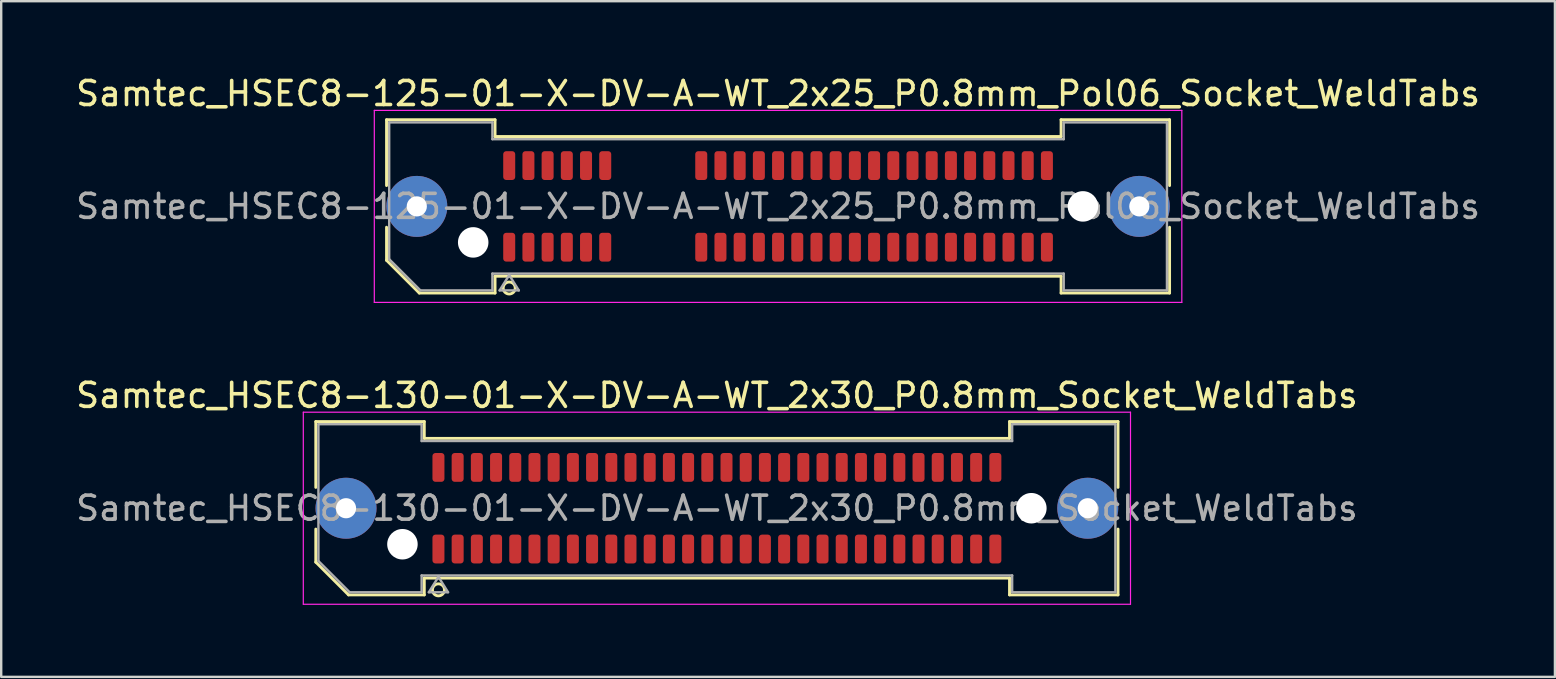
<source format=kicad_pcb>
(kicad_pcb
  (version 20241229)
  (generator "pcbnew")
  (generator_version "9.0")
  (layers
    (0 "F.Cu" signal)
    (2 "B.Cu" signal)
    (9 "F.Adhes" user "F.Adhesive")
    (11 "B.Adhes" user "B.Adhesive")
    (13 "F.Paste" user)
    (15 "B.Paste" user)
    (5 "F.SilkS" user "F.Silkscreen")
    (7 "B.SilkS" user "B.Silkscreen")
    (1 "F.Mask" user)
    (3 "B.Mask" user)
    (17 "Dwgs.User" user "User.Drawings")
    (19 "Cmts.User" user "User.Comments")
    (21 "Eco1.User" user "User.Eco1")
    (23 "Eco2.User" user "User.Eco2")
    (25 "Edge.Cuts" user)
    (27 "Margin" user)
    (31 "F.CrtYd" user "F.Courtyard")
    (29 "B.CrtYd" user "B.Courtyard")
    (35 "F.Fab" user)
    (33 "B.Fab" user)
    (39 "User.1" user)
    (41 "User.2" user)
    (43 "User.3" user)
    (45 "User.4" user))
  (footprint "Samtec_HSEC8-130-01-X-DV-A-WT_2x30_P0.8mm_Socket_WeldTabs"
    (layer "F.Cu")
    (at 26.815 18.122)
    (property "Reference" "Samtec_HSEC8-130-01-X-DV-A-WT_2x30_P0.8mm_Socket_WeldTabs" (at 0 -4.7 0) (layer "F.SilkS") (effects (font (size 1 1) (thickness 0.15))))
    (attr smd)
    (fp_line (start -16.71 -3.61) (end -12.19 -3.61) (stroke (width 0.12) (type solid)) (layer "F.SilkS"))
    (fp_line (start -16.71 -0.868) (end -16.71 -3.61) (stroke (width 0.12) (type solid)) (layer "F.SilkS"))
    (fp_line (start -16.71 2.246) (end -16.71 0.868) (stroke (width 0.12) (type solid)) (layer "F.SilkS"))
    (fp_line (start -15.346 3.61) (end -16.71 2.246) (stroke (width 0.12) (type solid)) (layer "F.SilkS"))
    (fp_line (start -12.19 -3.61) (end -12.19 -2.91) (stroke (width 0.12) (type solid)) (layer "F.SilkS"))
    (fp_line (start -12.19 -2.91) (end 12.19 -2.91) (stroke (width 0.12) (type solid)) (layer "F.SilkS"))
    (fp_line (start -12.19 2.91) (end -12.19 3.61) (stroke (width 0.12) (type solid)) (layer "F.SilkS"))
    (fp_line (start -12.19 3.61) (end -15.346 3.61) (stroke (width 0.12) (type solid)) (layer "F.SilkS"))
    (fp_line (start 12.19 -3.61) (end 16.71 -3.61) (stroke (width 0.12) (type solid)) (layer "F.SilkS"))
    (fp_line (start 12.19 -2.91) (end 12.19 -3.61) (stroke (width 0.12) (type solid)) (layer "F.SilkS"))
    (fp_line (start 12.19 2.91) (end -12.19 2.91) (stroke (width 0.12) (type solid)) (layer "F.SilkS"))
    (fp_line (start 12.19 3.61) (end 12.19 2.91) (stroke (width 0.12) (type solid)) (layer "F.SilkS"))
    (fp_line (start 16.71 -3.61) (end 16.71 -0.868) (stroke (width 0.12) (type solid)) (layer "F.SilkS"))
    (fp_line (start 16.71 0.868) (end 16.71 3.61) (stroke (width 0.12) (type solid)) (layer "F.SilkS"))
    (fp_line (start 16.71 3.61) (end 12.19 3.61) (stroke (width 0.12) (type solid)) (layer "F.SilkS"))
    (fp_arc (start -11.35 3.4) (mid -11.85 3.4) (end -11.35 3.4) (stroke (width 0.12) (type solid)) (layer "F.SilkS"))
    (fp_line (start -17.23 -4) (end -17.23 4) (stroke (width 0.05) (type solid)) (layer "F.CrtYd"))
    (fp_line (start -17.23 4) (end 17.23 4) (stroke (width 0.05) (type solid)) (layer "F.CrtYd"))
    (fp_line (start 17.23 -4) (end -17.23 -4) (stroke (width 0.05) (type solid)) (layer "F.CrtYd"))
    (fp_line (start 17.23 4) (end 17.23 -4) (stroke (width 0.05) (type solid)) (layer "F.CrtYd"))
    (fp_line (start -16.6 -3.5) (end -12.3 -3.5) (stroke (width 0.1) (type solid)) (layer "F.Fab"))
    (fp_line (start -16.6 2.2) (end -16.6 -3.5) (stroke (width 0.1) (type solid)) (layer "F.Fab"))
    (fp_line (start -15.3 3.5) (end -16.6 2.2) (stroke (width 0.1) (type solid)) (layer "F.Fab"))
    (fp_line (start -12.3 -3.5) (end -12.3 -2.8) (stroke (width 0.1) (type solid)) (layer "F.Fab"))
    (fp_line (start -12.3 -2.8) (end 12.3 -2.8) (stroke (width 0.1) (type solid)) (layer "F.Fab"))
    (fp_line (start -12.3 2.8) (end -12.3 3.5) (stroke (width 0.1) (type solid)) (layer "F.Fab"))
    (fp_line (start -12.3 3.5) (end -15.3 3.5) (stroke (width 0.1) (type solid)) (layer "F.Fab"))
    (fp_line (start -12 3.5) (end -11.6 2.86) (stroke (width 0.1) (type solid)) (layer "F.Fab"))
    (fp_line (start -11.6 2.86) (end -11.2 3.5) (stroke (width 0.1) (type solid)) (layer "F.Fab"))
    (fp_line (start -11.2 3.5) (end -12 3.5) (stroke (width 0.1) (type solid)) (layer "F.Fab"))
    (fp_line (start 12.3 -3.5) (end 16.6 -3.5) (stroke (width 0.1) (type solid)) (layer "F.Fab"))
    (fp_line (start 12.3 -2.8) (end 12.3 -3.5) (stroke (width 0.1) (type solid)) (layer "F.Fab"))
    (fp_line (start 12.3 2.8) (end -12.3 2.8) (stroke (width 0.1) (type solid)) (layer "F.Fab"))
    (fp_line (start 12.3 3.5) (end 12.3 2.8) (stroke (width 0.1) (type solid)) (layer "F.Fab"))
    (fp_line (start 16.6 -3.5) (end 16.6 3.5) (stroke (width 0.1) (type solid)) (layer "F.Fab"))
    (fp_line (start 16.6 3.5) (end 12.3 3.5) (stroke (width 0.1) (type solid)) (layer "F.Fab"))
    (fp_text user "${REFERENCE}" (at 0 0 0) (layer "F.Fab") (effects (font (size 1 1) (thickness 0.15))))
    (pad "" thru_hole circle (at -15.45 0) (size 2.54 2.54) (drill 0.84) (layers "*.Cu" "*.Mask" "F.Paste"))
    (pad "" np_thru_hole circle (at -13.1 1.5) (size 1.27 1.27) (drill 1.27) (layers "*.Cu" "*.Mask"))
    (pad "" np_thru_hole circle (at 13.1 0) (size 1.27 1.27) (drill 1.27) (layers "*.Cu" "*.Mask"))
    (pad "" thru_hole circle (at 15.45 0) (size 2.54 2.54) (drill 0.84) (layers "*.Cu" "*.Mask" "F.Paste"))
    (pad "1" smd roundrect (at -11.6 1.7) (size 0.5 1.2) (layers "F.Cu" "F.Mask" "F.Paste") (roundrect_rratio 0.25))
    (pad "2" smd roundrect (at -11.6 -1.7) (size 0.5 1.2) (layers "F.Cu" "F.Mask" "F.Paste") (roundrect_rratio 0.25))
    (pad "3" smd roundrect (at -10.8 1.7) (size 0.5 1.2) (layers "F.Cu" "F.Mask" "F.Paste") (roundrect_rratio 0.25))
    (pad "4" smd roundrect (at -10.8 -1.7) (size 0.5 1.2) (layers "F.Cu" "F.Mask" "F.Paste") (roundrect_rratio 0.25))
    (pad "5" smd roundrect (at -10 1.7) (size 0.5 1.2) (layers "F.Cu" "F.Mask" "F.Paste") (roundrect_rratio 0.25))
    (pad "6" smd roundrect (at -10 -1.7) (size 0.5 1.2) (layers "F.Cu" "F.Mask" "F.Paste") (roundrect_rratio 0.25))
    (pad "7" smd roundrect (at -9.2 1.7) (size 0.5 1.2) (layers "F.Cu" "F.Mask" "F.Paste") (roundrect_rratio 0.25))
    (pad "8" smd roundrect (at -9.2 -1.7) (size 0.5 1.2) (layers "F.Cu" "F.Mask" "F.Paste") (roundrect_rratio 0.25))
    (pad "9" smd roundrect (at -8.4 1.7) (size 0.5 1.2) (layers "F.Cu" "F.Mask" "F.Paste") (roundrect_rratio 0.25))
    (pad "10" smd roundrect (at -8.4 -1.7) (size 0.5 1.2) (layers "F.Cu" "F.Mask" "F.Paste") (roundrect_rratio 0.25))
    (pad "11" smd roundrect (at -7.6 1.7) (size 0.5 1.2) (layers "F.Cu" "F.Mask" "F.Paste") (roundrect_rratio 0.25))
    (pad "12" smd roundrect (at -7.6 -1.7) (size 0.5 1.2) (layers "F.Cu" "F.Mask" "F.Paste") (roundrect_rratio 0.25))
    (pad "13" smd roundrect (at -6.8 1.7) (size 0.5 1.2) (layers "F.Cu" "F.Mask" "F.Paste") (roundrect_rratio 0.25))
    (pad "14" smd roundrect (at -6.8 -1.7) (size 0.5 1.2) (layers "F.Cu" "F.Mask" "F.Paste") (roundrect_rratio 0.25))
    (pad "15" smd roundrect (at -6 1.7) (size 0.5 1.2) (layers "F.Cu" "F.Mask" "F.Paste") (roundrect_rratio 0.25))
    (pad "16" smd roundrect (at -6 -1.7) (size 0.5 1.2) (layers "F.Cu" "F.Mask" "F.Paste") (roundrect_rratio 0.25))
    (pad "17" smd roundrect (at -5.2 1.7) (size 0.5 1.2) (layers "F.Cu" "F.Mask" "F.Paste") (roundrect_rratio 0.25))
    (pad "18" smd roundrect (at -5.2 -1.7) (size 0.5 1.2) (layers "F.Cu" "F.Mask" "F.Paste") (roundrect_rratio 0.25))
    (pad "19" smd roundrect (at -4.4 1.7) (size 0.5 1.2) (layers "F.Cu" "F.Mask" "F.Paste") (roundrect_rratio 0.25))
    (pad "20" smd roundrect (at -4.4 -1.7) (size 0.5 1.2) (layers "F.Cu" "F.Mask" "F.Paste") (roundrect_rratio 0.25))
    (pad "21" smd roundrect (at -3.6 1.7) (size 0.5 1.2) (layers "F.Cu" "F.Mask" "F.Paste") (roundrect_rratio 0.25))
    (pad "22" smd roundrect (at -3.6 -1.7) (size 0.5 1.2) (layers "F.Cu" "F.Mask" "F.Paste") (roundrect_rratio 0.25))
    (pad "23" smd roundrect (at -2.8 1.7) (size 0.5 1.2) (layers "F.Cu" "F.Mask" "F.Paste") (roundrect_rratio 0.25))
    (pad "24" smd roundrect (at -2.8 -1.7) (size 0.5 1.2) (layers "F.Cu" "F.Mask" "F.Paste") (roundrect_rratio 0.25))
    (pad "25" smd roundrect (at -2 1.7) (size 0.5 1.2) (layers "F.Cu" "F.Mask" "F.Paste") (roundrect_rratio 0.25))
    (pad "26" smd roundrect (at -2 -1.7) (size 0.5 1.2) (layers "F.Cu" "F.Mask" "F.Paste") (roundrect_rratio 0.25))
    (pad "27" smd roundrect (at -1.2 1.7) (size 0.5 1.2) (layers "F.Cu" "F.Mask" "F.Paste") (roundrect_rratio 0.25))
    (pad "28" smd roundrect (at -1.2 -1.7) (size 0.5 1.2) (layers "F.Cu" "F.Mask" "F.Paste") (roundrect_rratio 0.25))
    (pad "29" smd roundrect (at -0.4 1.7) (size 0.5 1.2) (layers "F.Cu" "F.Mask" "F.Paste") (roundrect_rratio 0.25))
    (pad "30" smd roundrect (at -0.4 -1.7) (size 0.5 1.2) (layers "F.Cu" "F.Mask" "F.Paste") (roundrect_rratio 0.25))
    (pad "31" smd roundrect (at 0.4 1.7) (size 0.5 1.2) (layers "F.Cu" "F.Mask" "F.Paste") (roundrect_rratio 0.25))
    (pad "32" smd roundrect (at 0.4 -1.7) (size 0.5 1.2) (layers "F.Cu" "F.Mask" "F.Paste") (roundrect_rratio 0.25))
    (pad "33" smd roundrect (at 1.2 1.7) (size 0.5 1.2) (layers "F.Cu" "F.Mask" "F.Paste") (roundrect_rratio 0.25))
    (pad "34" smd roundrect (at 1.2 -1.7) (size 0.5 1.2) (layers "F.Cu" "F.Mask" "F.Paste") (roundrect_rratio 0.25))
    (pad "35" smd roundrect (at 2 1.7) (size 0.5 1.2) (layers "F.Cu" "F.Mask" "F.Paste") (roundrect_rratio 0.25))
    (pad "36" smd roundrect (at 2 -1.7) (size 0.5 1.2) (layers "F.Cu" "F.Mask" "F.Paste") (roundrect_rratio 0.25))
    (pad "37" smd roundrect (at 2.8 1.7) (size 0.5 1.2) (layers "F.Cu" "F.Mask" "F.Paste") (roundrect_rratio 0.25))
    (pad "38" smd roundrect (at 2.8 -1.7) (size 0.5 1.2) (layers "F.Cu" "F.Mask" "F.Paste") (roundrect_rratio 0.25))
    (pad "39" smd roundrect (at 3.6 1.7) (size 0.5 1.2) (layers "F.Cu" "F.Mask" "F.Paste") (roundrect_rratio 0.25))
    (pad "40" smd roundrect (at 3.6 -1.7) (size 0.5 1.2) (layers "F.Cu" "F.Mask" "F.Paste") (roundrect_rratio 0.25))
    (pad "41" smd roundrect (at 4.4 1.7) (size 0.5 1.2) (layers "F.Cu" "F.Mask" "F.Paste") (roundrect_rratio 0.25))
    (pad "42" smd roundrect (at 4.4 -1.7) (size 0.5 1.2) (layers "F.Cu" "F.Mask" "F.Paste") (roundrect_rratio 0.25))
    (pad "43" smd roundrect (at 5.2 1.7) (size 0.5 1.2) (layers "F.Cu" "F.Mask" "F.Paste") (roundrect_rratio 0.25))
    (pad "44" smd roundrect (at 5.2 -1.7) (size 0.5 1.2) (layers "F.Cu" "F.Mask" "F.Paste") (roundrect_rratio 0.25))
    (pad "45" smd roundrect (at 6 1.7) (size 0.5 1.2) (layers "F.Cu" "F.Mask" "F.Paste") (roundrect_rratio 0.25))
    (pad "46" smd roundrect (at 6 -1.7) (size 0.5 1.2) (layers "F.Cu" "F.Mask" "F.Paste") (roundrect_rratio 0.25))
    (pad "47" smd roundrect (at 6.8 1.7) (size 0.5 1.2) (layers "F.Cu" "F.Mask" "F.Paste") (roundrect_rratio 0.25))
    (pad "48" smd roundrect (at 6.8 -1.7) (size 0.5 1.2) (layers "F.Cu" "F.Mask" "F.Paste") (roundrect_rratio 0.25))
    (pad "49" smd roundrect (at 7.6 1.7) (size 0.5 1.2) (layers "F.Cu" "F.Mask" "F.Paste") (roundrect_rratio 0.25))
    (pad "50" smd roundrect (at 7.6 -1.7) (size 0.5 1.2) (layers "F.Cu" "F.Mask" "F.Paste") (roundrect_rratio 0.25))
    (pad "51" smd roundrect (at 8.4 1.7) (size 0.5 1.2) (layers "F.Cu" "F.Mask" "F.Paste") (roundrect_rratio 0.25))
    (pad "52" smd roundrect (at 8.4 -1.7) (size 0.5 1.2) (layers "F.Cu" "F.Mask" "F.Paste") (roundrect_rratio 0.25))
    (pad "53" smd roundrect (at 9.2 1.7) (size 0.5 1.2) (layers "F.Cu" "F.Mask" "F.Paste") (roundrect_rratio 0.25))
    (pad "54" smd roundrect (at 9.2 -1.7) (size 0.5 1.2) (layers "F.Cu" "F.Mask" "F.Paste") (roundrect_rratio 0.25))
    (pad "55" smd roundrect (at 10 1.7) (size 0.5 1.2) (layers "F.Cu" "F.Mask" "F.Paste") (roundrect_rratio 0.25))
    (pad "56" smd roundrect (at 10 -1.7) (size 0.5 1.2) (layers "F.Cu" "F.Mask" "F.Paste") (roundrect_rratio 0.25))
    (pad "57" smd roundrect (at 10.8 1.7) (size 0.5 1.2) (layers "F.Cu" "F.Mask" "F.Paste") (roundrect_rratio 0.25))
    (pad "58" smd roundrect (at 10.8 -1.7) (size 0.5 1.2) (layers "F.Cu" "F.Mask" "F.Paste") (roundrect_rratio 0.25))
    (pad "59" smd roundrect (at 11.6 1.7) (size 0.5 1.2) (layers "F.Cu" "F.Mask" "F.Paste") (roundrect_rratio 0.25))
    (pad "60" smd roundrect (at 11.6 -1.7) (size 0.5 1.2) (layers "F.Cu" "F.Mask" "F.Paste") (roundrect_rratio 0.25)))
  (footprint "Samtec_HSEC8-125-01-X-DV-A-WT_2x25_P0.8mm_Pol06_Socket_WeldTabs"
    (layer "F.Cu")
    (at 29.363 5.548)
    (property "Reference" "Samtec_HSEC8-125-01-X-DV-A-WT_2x25_P0.8mm_Pol06_Socket_WeldTabs" (at 0 -4.7 0) (layer "F.SilkS") (effects (font (size 1 1) (thickness 0.15))))
    (attr smd)
    (fp_line (start -16.31 -3.61) (end -11.79 -3.61) (stroke (width 0.12) (type solid)) (layer "F.SilkS"))
    (fp_line (start -16.31 -0.868) (end -16.31 -3.61) (stroke (width 0.12) (type solid)) (layer "F.SilkS"))
    (fp_line (start -16.31 2.246) (end -16.31 0.868) (stroke (width 0.12) (type solid)) (layer "F.SilkS"))
    (fp_line (start -14.946 3.61) (end -16.31 2.246) (stroke (width 0.12) (type solid)) (layer "F.SilkS"))
    (fp_line (start -11.79 -3.61) (end -11.79 -2.91) (stroke (width 0.12) (type solid)) (layer "F.SilkS"))
    (fp_line (start -11.79 -2.91) (end 11.79 -2.91) (stroke (width 0.12) (type solid)) (layer "F.SilkS"))
    (fp_line (start -11.79 2.91) (end -11.79 3.61) (stroke (width 0.12) (type solid)) (layer "F.SilkS"))
    (fp_line (start -11.79 3.61) (end -14.946 3.61) (stroke (width 0.12) (type solid)) (layer "F.SilkS"))
    (fp_line (start 11.79 -3.61) (end 16.31 -3.61) (stroke (width 0.12) (type solid)) (layer "F.SilkS"))
    (fp_line (start 11.79 -2.91) (end 11.79 -3.61) (stroke (width 0.12) (type solid)) (layer "F.SilkS"))
    (fp_line (start 11.79 2.91) (end -11.79 2.91) (stroke (width 0.12) (type solid)) (layer "F.SilkS"))
    (fp_line (start 11.79 3.61) (end 11.79 2.91) (stroke (width 0.12) (type solid)) (layer "F.SilkS"))
    (fp_line (start 16.31 -3.61) (end 16.31 -0.868) (stroke (width 0.12) (type solid)) (layer "F.SilkS"))
    (fp_line (start 16.31 0.868) (end 16.31 3.61) (stroke (width 0.12) (type solid)) (layer "F.SilkS"))
    (fp_line (start 16.31 3.61) (end 11.79 3.61) (stroke (width 0.12) (type solid)) (layer "F.SilkS"))
    (fp_arc (start -10.95 3.4) (mid -11.45 3.4) (end -10.95 3.4) (stroke (width 0.12) (type solid)) (layer "F.SilkS"))
    (fp_line (start -16.82 -4) (end -16.82 4) (stroke (width 0.05) (type solid)) (layer "F.CrtYd"))
    (fp_line (start -16.82 4) (end 16.82 4) (stroke (width 0.05) (type solid)) (layer "F.CrtYd"))
    (fp_line (start 16.82 -4) (end -16.82 -4) (stroke (width 0.05) (type solid)) (layer "F.CrtYd"))
    (fp_line (start 16.82 4) (end 16.82 -4) (stroke (width 0.05) (type solid)) (layer "F.CrtYd"))
    (fp_line (start -16.2 -3.5) (end -11.9 -3.5) (stroke (width 0.1) (type solid)) (layer "F.Fab"))
    (fp_line (start -16.2 2.2) (end -16.2 -3.5) (stroke (width 0.1) (type solid)) (layer "F.Fab"))
    (fp_line (start -14.9 3.5) (end -16.2 2.2) (stroke (width 0.1) (type solid)) (layer "F.Fab"))
    (fp_line (start -11.9 -3.5) (end -11.9 -2.8) (stroke (width 0.1) (type solid)) (layer "F.Fab"))
    (fp_line (start -11.9 -2.8) (end 11.9 -2.8) (stroke (width 0.1) (type solid)) (layer "F.Fab"))
    (fp_line (start -11.9 2.8) (end -11.9 3.5) (stroke (width 0.1) (type solid)) (layer "F.Fab"))
    (fp_line (start -11.9 3.5) (end -14.9 3.5) (stroke (width 0.1) (type solid)) (layer "F.Fab"))
    (fp_line (start -11.6 3.5) (end -11.2 2.86) (stroke (width 0.1) (type solid)) (layer "F.Fab"))
    (fp_line (start -11.2 2.86) (end -10.8 3.5) (stroke (width 0.1) (type solid)) (layer "F.Fab"))
    (fp_line (start -10.8 3.5) (end -11.6 3.5) (stroke (width 0.1) (type solid)) (layer "F.Fab"))
    (fp_line (start 11.9 -3.5) (end 16.2 -3.5) (stroke (width 0.1) (type solid)) (layer "F.Fab"))
    (fp_line (start 11.9 -2.8) (end 11.9 -3.5) (stroke (width 0.1) (type solid)) (layer "F.Fab"))
    (fp_line (start 11.9 2.8) (end -11.9 2.8) (stroke (width 0.1) (type solid)) (layer "F.Fab"))
    (fp_line (start 11.9 3.5) (end 11.9 2.8) (stroke (width 0.1) (type solid)) (layer "F.Fab"))
    (fp_line (start 16.2 -3.5) (end 16.2 3.5) (stroke (width 0.1) (type solid)) (layer "F.Fab"))
    (fp_line (start 16.2 3.5) (end 11.9 3.5) (stroke (width 0.1) (type solid)) (layer "F.Fab"))
    (fp_text user "${REFERENCE}" (at 0 0 0) (layer "F.Fab") (effects (font (size 1 1) (thickness 0.15))))
    (pad "" thru_hole circle (at -15.05 0) (size 2.54 2.54) (drill 0.84) (layers "*.Cu" "*.Mask" "F.Paste"))
    (pad "" np_thru_hole circle (at -12.7 1.5) (size 1.27 1.27) (drill 1.27) (layers "*.Cu" "*.Mask"))
    (pad "" np_thru_hole circle (at 12.7 0) (size 1.27 1.27) (drill 1.27) (layers "*.Cu" "*.Mask"))
    (pad "" thru_hole circle (at 15.05 0) (size 2.54 2.54) (drill 0.84) (layers "*.Cu" "*.Mask" "F.Paste"))
    (pad "1" smd roundrect (at -11.2 1.7) (size 0.5 1.2) (layers "F.Cu" "F.Mask" "F.Paste") (roundrect_rratio 0.25))
    (pad "2" smd roundrect (at -11.2 -1.7) (size 0.5 1.2) (layers "F.Cu" "F.Mask" "F.Paste") (roundrect_rratio 0.25))
    (pad "3" smd roundrect (at -10.4 1.7) (size 0.5 1.2) (layers "F.Cu" "F.Mask" "F.Paste") (roundrect_rratio 0.25))
    (pad "4" smd roundrect (at -10.4 -1.7) (size 0.5 1.2) (layers "F.Cu" "F.Mask" "F.Paste") (roundrect_rratio 0.25))
    (pad "5" smd roundrect (at -9.6 1.7) (size 0.5 1.2) (layers "F.Cu" "F.Mask" "F.Paste") (roundrect_rratio 0.25))
    (pad "6" smd roundrect (at -9.6 -1.7) (size 0.5 1.2) (layers "F.Cu" "F.Mask" "F.Paste") (roundrect_rratio 0.25))
    (pad "7" smd roundrect (at -8.8 1.7) (size 0.5 1.2) (layers "F.Cu" "F.Mask" "F.Paste") (roundrect_rratio 0.25))
    (pad "8" smd roundrect (at -8.8 -1.7) (size 0.5 1.2) (layers "F.Cu" "F.Mask" "F.Paste") (roundrect_rratio 0.25))
    (pad "9" smd roundrect (at -8 1.7) (size 0.5 1.2) (layers "F.Cu" "F.Mask" "F.Paste") (roundrect_rratio 0.25))
    (pad "10" smd roundrect (at -8 -1.7) (size 0.5 1.2) (layers "F.Cu" "F.Mask" "F.Paste") (roundrect_rratio 0.25))
    (pad "11" smd roundrect (at -7.2 1.7) (size 0.5 1.2) (layers "F.Cu" "F.Mask" "F.Paste") (roundrect_rratio 0.25))
    (pad "12" smd roundrect (at -7.2 -1.7) (size 0.5 1.2) (layers "F.Cu" "F.Mask" "F.Paste") (roundrect_rratio 0.25))
    (pad "13" smd roundrect (at -3.2 1.7) (size 0.5 1.2) (layers "F.Cu" "F.Mask" "F.Paste") (roundrect_rratio 0.25))
    (pad "14" smd roundrect (at -3.2 -1.7) (size 0.5 1.2) (layers "F.Cu" "F.Mask" "F.Paste") (roundrect_rratio 0.25))
    (pad "15" smd roundrect (at -2.4 1.7) (size 0.5 1.2) (layers "F.Cu" "F.Mask" "F.Paste") (roundrect_rratio 0.25))
    (pad "16" smd roundrect (at -2.4 -1.7) (size 0.5 1.2) (layers "F.Cu" "F.Mask" "F.Paste") (roundrect_rratio 0.25))
    (pad "17" smd roundrect (at -1.6 1.7) (size 0.5 1.2) (layers "F.Cu" "F.Mask" "F.Paste") (roundrect_rratio 0.25))
    (pad "18" smd roundrect (at -1.6 -1.7) (size 0.5 1.2) (layers "F.Cu" "F.Mask" "F.Paste") (roundrect_rratio 0.25))
    (pad "19" smd roundrect (at -0.8 1.7) (size 0.5 1.2) (layers "F.Cu" "F.Mask" "F.Paste") (roundrect_rratio 0.25))
    (pad "20" smd roundrect (at -0.8 -1.7) (size 0.5 1.2) (layers "F.Cu" "F.Mask" "F.Paste") (roundrect_rratio 0.25))
    (pad "21" smd roundrect (at 0 1.7) (size 0.5 1.2) (layers "F.Cu" "F.Mask" "F.Paste") (roundrect_rratio 0.25))
    (pad "22" smd roundrect (at 0 -1.7) (size 0.5 1.2) (layers "F.Cu" "F.Mask" "F.Paste") (roundrect_rratio 0.25))
    (pad "23" smd roundrect (at 0.8 1.7) (size 0.5 1.2) (layers "F.Cu" "F.Mask" "F.Paste") (roundrect_rratio 0.25))
    (pad "24" smd roundrect (at 0.8 -1.7) (size 0.5 1.2) (layers "F.Cu" "F.Mask" "F.Paste") (roundrect_rratio 0.25))
    (pad "25" smd roundrect (at 1.6 1.7) (size 0.5 1.2) (layers "F.Cu" "F.Mask" "F.Paste") (roundrect_rratio 0.25))
    (pad "26" smd roundrect (at 1.6 -1.7) (size 0.5 1.2) (layers "F.Cu" "F.Mask" "F.Paste") (roundrect_rratio 0.25))
    (pad "27" smd roundrect (at 2.4 1.7) (size 0.5 1.2) (layers "F.Cu" "F.Mask" "F.Paste") (roundrect_rratio 0.25))
    (pad "28" smd roundrect (at 2.4 -1.7) (size 0.5 1.2) (layers "F.Cu" "F.Mask" "F.Paste") (roundrect_rratio 0.25))
    (pad "29" smd roundrect (at 3.2 1.7) (size 0.5 1.2) (layers "F.Cu" "F.Mask" "F.Paste") (roundrect_rratio 0.25))
    (pad "30" smd roundrect (at 3.2 -1.7) (size 0.5 1.2) (layers "F.Cu" "F.Mask" "F.Paste") (roundrect_rratio 0.25))
    (pad "31" smd roundrect (at 4 1.7) (size 0.5 1.2) (layers "F.Cu" "F.Mask" "F.Paste") (roundrect_rratio 0.25))
    (pad "32" smd roundrect (at 4 -1.7) (size 0.5 1.2) (layers "F.Cu" "F.Mask" "F.Paste") (roundrect_rratio 0.25))
    (pad "33" smd roundrect (at 4.8 1.7) (size 0.5 1.2) (layers "F.Cu" "F.Mask" "F.Paste") (roundrect_rratio 0.25))
    (pad "34" smd roundrect (at 4.8 -1.7) (size 0.5 1.2) (layers "F.Cu" "F.Mask" "F.Paste") (roundrect_rratio 0.25))
    (pad "35" smd roundrect (at 5.6 1.7) (size 0.5 1.2) (layers "F.Cu" "F.Mask" "F.Paste") (roundrect_rratio 0.25))
    (pad "36" smd roundrect (at 5.6 -1.7) (size 0.5 1.2) (layers "F.Cu" "F.Mask" "F.Paste") (roundrect_rratio 0.25))
    (pad "37" smd roundrect (at 6.4 1.7) (size 0.5 1.2) (layers "F.Cu" "F.Mask" "F.Paste") (roundrect_rratio 0.25))
    (pad "38" smd roundrect (at 6.4 -1.7) (size 0.5 1.2) (layers "F.Cu" "F.Mask" "F.Paste") (roundrect_rratio 0.25))
    (pad "39" smd roundrect (at 7.2 1.7) (size 0.5 1.2) (layers "F.Cu" "F.Mask" "F.Paste") (roundrect_rratio 0.25))
    (pad "40" smd roundrect (at 7.2 -1.7) (size 0.5 1.2) (layers "F.Cu" "F.Mask" "F.Paste") (roundrect_rratio 0.25))
    (pad "41" smd roundrect (at 8 1.7) (size 0.5 1.2) (layers "F.Cu" "F.Mask" "F.Paste") (roundrect_rratio 0.25))
    (pad "42" smd roundrect (at 8 -1.7) (size 0.5 1.2) (layers "F.Cu" "F.Mask" "F.Paste") (roundrect_rratio 0.25))
    (pad "43" smd roundrect (at 8.8 1.7) (size 0.5 1.2) (layers "F.Cu" "F.Mask" "F.Paste") (roundrect_rratio 0.25))
    (pad "44" smd roundrect (at 8.8 -1.7) (size 0.5 1.2) (layers "F.Cu" "F.Mask" "F.Paste") (roundrect_rratio 0.25))
    (pad "45" smd roundrect (at 9.6 1.7) (size 0.5 1.2) (layers "F.Cu" "F.Mask" "F.Paste") (roundrect_rratio 0.25))
    (pad "46" smd roundrect (at 9.6 -1.7) (size 0.5 1.2) (layers "F.Cu" "F.Mask" "F.Paste") (roundrect_rratio 0.25))
    (pad "47" smd roundrect (at 10.4 1.7) (size 0.5 1.2) (layers "F.Cu" "F.Mask" "F.Paste") (roundrect_rratio 0.25))
    (pad "48" smd roundrect (at 10.4 -1.7) (size 0.5 1.2) (layers "F.Cu" "F.Mask" "F.Paste") (roundrect_rratio 0.25))
    (pad "49" smd roundrect (at 11.2 1.7) (size 0.5 1.2) (layers "F.Cu" "F.Mask" "F.Paste") (roundrect_rratio 0.25))
    (pad "50" smd roundrect (at 11.2 -1.7) (size 0.5 1.2) (layers "F.Cu" "F.Mask" "F.Paste") (roundrect_rratio 0.25)))
  (gr_rect
    (start -3 -3)
    (end 61.726 25.146)
    (stroke (width 0.1) (type default))
    (fill no)
    (layer "Edge.Cuts")))
</source>
